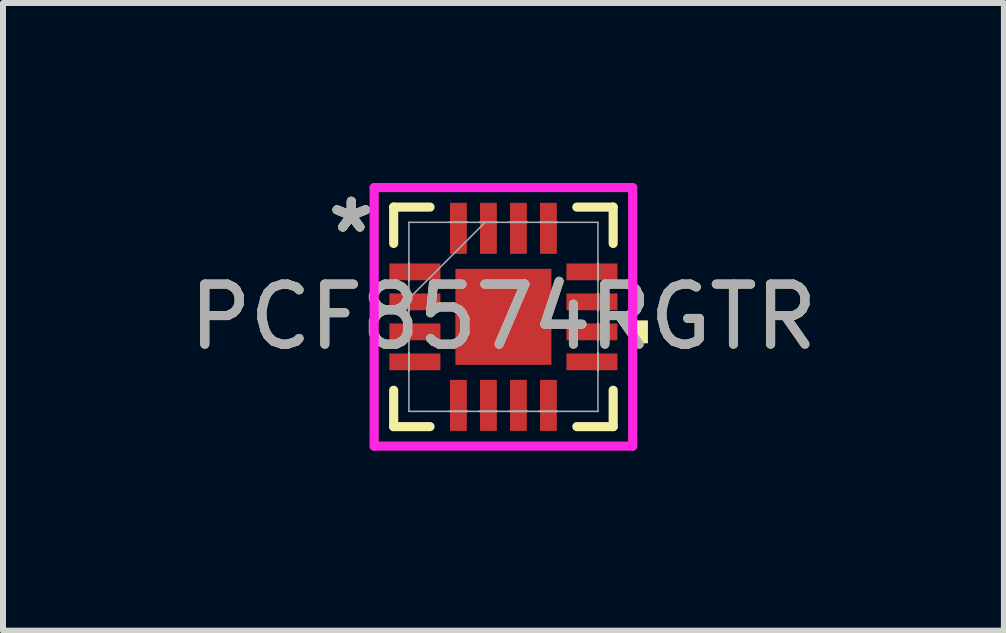
<source format=kicad_pcb>
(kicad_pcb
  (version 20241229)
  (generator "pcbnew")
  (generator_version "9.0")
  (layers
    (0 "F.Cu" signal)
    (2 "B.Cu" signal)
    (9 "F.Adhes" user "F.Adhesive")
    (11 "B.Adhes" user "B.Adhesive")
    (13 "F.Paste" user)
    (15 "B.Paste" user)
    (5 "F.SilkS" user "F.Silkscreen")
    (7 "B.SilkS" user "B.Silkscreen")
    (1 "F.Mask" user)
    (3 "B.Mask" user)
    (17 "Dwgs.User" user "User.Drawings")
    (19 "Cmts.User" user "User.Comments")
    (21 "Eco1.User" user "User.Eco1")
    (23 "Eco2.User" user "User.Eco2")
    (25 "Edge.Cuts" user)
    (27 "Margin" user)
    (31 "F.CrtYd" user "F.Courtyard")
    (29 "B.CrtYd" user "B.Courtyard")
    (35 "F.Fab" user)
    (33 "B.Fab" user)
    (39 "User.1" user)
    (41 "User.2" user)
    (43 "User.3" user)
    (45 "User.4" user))
  (footprint "PCF8574RGTR"
    (layer "F.Cu")
    (at 5.339 2.23)
    (property "Reference" "PCF8574RGTR" (at 0 0 0) (unlocked yes) (layer "F.SilkS") (effects (font (size 1 1) (thickness 0.15))))
    (attr smd)
    (fp_poly (pts (xy -1.97 -0.96) (xy -1.97 -0.54) (xy -0.98 -0.54) (xy -0.98 -0.96)) (stroke (width 0) (type solid)) (fill yes) (layer "F.Mask"))
    (fp_poly (pts (xy -1.97 -0.46) (xy -1.97 -0.04) (xy -0.98 -0.04) (xy -0.98 -0.46)) (stroke (width 0) (type solid)) (fill yes) (layer "F.Mask"))
    (fp_poly (pts (xy -1.97 0.04) (xy -1.97 0.46) (xy -0.98 0.46) (xy -0.98 0.04)) (stroke (width 0) (type solid)) (fill yes) (layer "F.Mask"))
    (fp_poly (pts (xy -1.97 0.54) (xy -1.97 0.96) (xy -0.98 0.96) (xy -0.98 0.54)) (stroke (width 0) (type solid)) (fill yes) (layer "F.Mask"))
    (fp_poly (pts (xy -0.96 -1.97) (xy -0.96 -0.98) (xy -0.541 -0.98) (xy -0.541 -1.97)) (stroke (width 0) (type solid)) (fill yes) (layer "F.Mask"))
    (fp_poly (pts (xy -0.96 0.98) (xy -0.96 1.97) (xy -0.541 1.97) (xy -0.541 0.98)) (stroke (width 0) (type solid)) (fill yes) (layer "F.Mask"))
    (fp_poly (pts (xy -0.864 -0.864) (xy -0.594 -0.864) (xy -0.594 0.864) (xy -0.864 0.864)) (stroke (width 0) (type solid)) (fill yes) (layer "F.Mask"))
    (fp_poly (pts (xy -0.864 -0.864) (xy 0.864 -0.864) (xy 0.864 -0.594) (xy -0.864 -0.594)) (stroke (width 0) (type solid)) (fill yes) (layer "F.Mask"))
    (fp_poly (pts (xy -0.864 -0.194) (xy 0.864 -0.194) (xy 0.864 0.194) (xy -0.864 0.194)) (stroke (width 0) (type solid)) (fill yes) (layer "F.Mask"))
    (fp_poly (pts (xy -0.864 0.594) (xy 0.864 0.594) (xy 0.864 0.864) (xy -0.864 0.864)) (stroke (width 0) (type solid)) (fill yes) (layer "F.Mask"))
    (fp_poly (pts (xy -0.46 -1.97) (xy -0.46 -0.98) (xy -0.04 -0.98) (xy -0.04 -1.97)) (stroke (width 0) (type solid)) (fill yes) (layer "F.Mask"))
    (fp_poly (pts (xy -0.46 0.98) (xy -0.46 1.97) (xy -0.04 1.97) (xy -0.04 0.98)) (stroke (width 0) (type solid)) (fill yes) (layer "F.Mask"))
    (fp_poly (pts (xy 0.04 -1.97) (xy 0.04 -0.98) (xy 0.46 -0.98) (xy 0.46 -1.97)) (stroke (width 0) (type solid)) (fill yes) (layer "F.Mask"))
    (fp_poly (pts (xy 0.04 0.98) (xy 0.04 1.97) (xy 0.46 1.97) (xy 0.46 0.98)) (stroke (width 0) (type solid)) (fill yes) (layer "F.Mask"))
    (fp_poly (pts (xy 0.194 -0.864) (xy -0.194 -0.864) (xy -0.194 0.864) (xy 0.194 0.864)) (stroke (width 0) (type solid)) (fill yes) (layer "F.Mask"))
    (fp_poly (pts (xy 0.541 -1.97) (xy 0.541 -0.98) (xy 0.96 -0.98) (xy 0.96 -1.97)) (stroke (width 0) (type solid)) (fill yes) (layer "F.Mask"))
    (fp_poly (pts (xy 0.541 0.98) (xy 0.541 1.97) (xy 0.96 1.97) (xy 0.96 0.98)) (stroke (width 0) (type solid)) (fill yes) (layer "F.Mask"))
    (fp_poly (pts (xy 0.594 -0.864) (xy 0.864 -0.864) (xy 0.864 0.864) (xy 0.594 0.864)) (stroke (width 0) (type solid)) (fill yes) (layer "F.Mask"))
    (fp_poly (pts (xy 0.98 -0.96) (xy 0.98 -0.54) (xy 1.97 -0.54) (xy 1.97 -0.96)) (stroke (width 0) (type solid)) (fill yes) (layer "F.Mask"))
    (fp_poly (pts (xy 0.98 -0.46) (xy 0.98 -0.04) (xy 1.97 -0.04) (xy 1.97 -0.46)) (stroke (width 0) (type solid)) (fill yes) (layer "F.Mask"))
    (fp_poly (pts (xy 0.98 0.04) (xy 0.98 0.46) (xy 1.97 0.46) (xy 1.97 0.04)) (stroke (width 0) (type solid)) (fill yes) (layer "F.Mask"))
    (fp_poly (pts (xy 0.98 0.54) (xy 0.98 0.96) (xy 1.97 0.96) (xy 1.97 0.54)) (stroke (width 0) (type solid)) (fill yes) (layer "F.Mask"))
    (fp_line (start -1.829 -1.829) (end -1.829 -1.223) (stroke (width 0.152) (type solid)) (layer "F.SilkS"))
    (fp_line (start -1.829 1.223) (end -1.829 1.829) (stroke (width 0.152) (type solid)) (layer "F.SilkS"))
    (fp_line (start -1.829 1.829) (end -1.223 1.829) (stroke (width 0.152) (type solid)) (layer "F.SilkS"))
    (fp_line (start -1.223 -1.829) (end -1.829 -1.829) (stroke (width 0.152) (type solid)) (layer "F.SilkS"))
    (fp_line (start 1.223 1.829) (end 1.829 1.829) (stroke (width 0.152) (type solid)) (layer "F.SilkS"))
    (fp_line (start 1.829 -1.829) (end 1.223 -1.829) (stroke (width 0.152) (type solid)) (layer "F.SilkS"))
    (fp_line (start 1.829 -1.223) (end 1.829 -1.829) (stroke (width 0.152) (type solid)) (layer "F.SilkS"))
    (fp_line (start 1.829 1.829) (end 1.829 1.223) (stroke (width 0.152) (type solid)) (layer "F.SilkS"))
    (fp_poly (pts (xy 2.408 0.059) (xy 2.408 0.441) (xy 2.154 0.441) (xy 2.154 0.059)) (stroke (width 0) (type solid)) (fill yes) (layer "F.SilkS"))
    (fp_poly (pts (xy -1.875 -0.865) (xy -1.875 -0.635) (xy -1.075 -0.635) (xy -1.075 -0.865)) (stroke (width 0) (type solid)) (fill yes) (layer "F.Paste"))
    (fp_poly (pts (xy -1.875 -0.365) (xy -1.875 -0.135) (xy -1.075 -0.135) (xy -1.075 -0.365)) (stroke (width 0) (type solid)) (fill yes) (layer "F.Paste"))
    (fp_poly (pts (xy -1.875 0.135) (xy -1.875 0.365) (xy -1.075 0.365) (xy -1.075 0.135)) (stroke (width 0) (type solid)) (fill yes) (layer "F.Paste"))
    (fp_poly (pts (xy -1.875 0.635) (xy -1.875 0.865) (xy -1.075 0.865) (xy -1.075 0.635)) (stroke (width 0) (type solid)) (fill yes) (layer "F.Paste"))
    (fp_poly (pts (xy -0.865 -1.875) (xy -0.865 -1.075) (xy -0.635 -1.075) (xy -0.635 -1.875)) (stroke (width 0) (type solid)) (fill yes) (layer "F.Paste"))
    (fp_poly (pts (xy -0.865 1.075) (xy -0.865 1.875) (xy -0.635 1.875) (xy -0.635 1.075)) (stroke (width 0) (type solid)) (fill yes) (layer "F.Paste"))
    (fp_poly (pts (xy -0.365 -1.875) (xy -0.365 -1.075) (xy -0.135 -1.075) (xy -0.135 -1.875)) (stroke (width 0) (type solid)) (fill yes) (layer "F.Paste"))
    (fp_poly (pts (xy -0.365 1.075) (xy -0.365 1.875) (xy -0.135 1.875) (xy -0.135 1.075)) (stroke (width 0) (type solid)) (fill yes) (layer "F.Paste"))
    (fp_poly (pts (xy 0.135 -1.875) (xy 0.135 -1.075) (xy 0.365 -1.075) (xy 0.365 -1.875)) (stroke (width 0) (type solid)) (fill yes) (layer "F.Paste"))
    (fp_poly (pts (xy 0.135 1.075) (xy 0.135 1.875) (xy 0.365 1.875) (xy 0.365 1.075)) (stroke (width 0) (type solid)) (fill yes) (layer "F.Paste"))
    (fp_poly (pts (xy 0.635 -1.875) (xy 0.635 -1.075) (xy 0.865 -1.075) (xy 0.865 -1.875)) (stroke (width 0) (type solid)) (fill yes) (layer "F.Paste"))
    (fp_poly (pts (xy 0.635 1.075) (xy 0.635 1.875) (xy 0.865 1.875) (xy 0.865 1.075)) (stroke (width 0) (type solid)) (fill yes) (layer "F.Paste"))
    (fp_poly (pts (xy 1.075 -0.865) (xy 1.075 -0.635) (xy 1.875 -0.635) (xy 1.875 -0.865)) (stroke (width 0) (type solid)) (fill yes) (layer "F.Paste"))
    (fp_poly (pts (xy 1.075 -0.365) (xy 1.075 -0.135) (xy 1.875 -0.135) (xy 1.875 -0.365)) (stroke (width 0) (type solid)) (fill yes) (layer "F.Paste"))
    (fp_poly (pts (xy 1.075 0.135) (xy 1.075 0.365) (xy 1.875 0.365) (xy 1.875 0.135)) (stroke (width 0) (type solid)) (fill yes) (layer "F.Paste"))
    (fp_poly (pts (xy 1.075 0.635) (xy 1.075 0.865) (xy 1.875 0.865) (xy 1.875 0.635)) (stroke (width 0) (type solid)) (fill yes) (layer "F.Paste"))
    (fp_poly (pts (xy -0.725 -0.725) (xy -0.725 -0.494) (xy -0.635 -0.494) (xy -0.494 -0.635) (xy -0.494 -0.725)) (stroke (width 0) (type solid)) (fill yes) (layer "F.Paste"))
    (fp_poly (pts (xy -0.725 0.494) (xy -0.725 0.725) (xy -0.494 0.725) (xy -0.494 0.635) (xy -0.635 0.494)) (stroke (width 0) (type solid)) (fill yes) (layer "F.Paste"))
    (fp_poly (pts (xy 0.494 -0.725) (xy 0.494 -0.635) (xy 0.635 -0.494) (xy 0.725 -0.494) (xy 0.725 -0.725)) (stroke (width 0) (type solid)) (fill yes) (layer "F.Paste"))
    (fp_poly (pts (xy 0.635 0.494) (xy 0.494 0.635) (xy 0.494 0.725) (xy 0.725 0.725) (xy 0.725 0.494)) (stroke (width 0) (type solid)) (fill yes) (layer "F.Paste"))
    (fp_poly (pts (xy -0.725 -0.294) (xy -0.725 0.294) (xy -0.635 0.294) (xy -0.494 0.152) (xy -0.494 -0.152) (xy -0.635 -0.294)) (stroke (width 0) (type solid)) (fill yes) (layer "F.Paste"))
    (fp_poly (pts (xy -0.294 -0.725) (xy -0.294 -0.635) (xy -0.152 -0.494) (xy 0.152 -0.494) (xy 0.294 -0.635) (xy 0.294 -0.725)) (stroke (width 0) (type solid)) (fill yes) (layer "F.Paste"))
    (fp_poly (pts (xy -0.152 0.494) (xy -0.294 0.635) (xy -0.294 0.725) (xy 0.294 0.725) (xy 0.294 0.635) (xy 0.152 0.494)) (stroke (width 0) (type solid)) (fill yes) (layer "F.Paste"))
    (fp_poly (pts (xy 0.635 -0.294) (xy 0.494 -0.152) (xy 0.494 0.152) (xy 0.635 0.294) (xy 0.725 0.294) (xy 0.725 -0.294)) (stroke (width 0) (type solid)) (fill yes) (layer "F.Paste"))
    (fp_poly (pts (xy -0.152 -0.294) (xy -0.294 -0.152) (xy -0.294 0.152) (xy -0.152 0.294) (xy 0.152 0.294) (xy 0.294 0.152) (xy 0.294 -0.152) (xy 0.152 -0.294)) (stroke (width 0) (type solid)) (fill yes) (layer "F.Paste"))
    (fp_line (start -2.154 -2.154) (end 2.154 -2.154) (stroke (width 0.152) (type solid)) (layer "F.CrtYd"))
    (fp_line (start -2.154 2.154) (end -2.154 -2.154) (stroke (width 0.152) (type solid)) (layer "F.CrtYd"))
    (fp_line (start 2.154 -2.154) (end 2.154 2.154) (stroke (width 0.152) (type solid)) (layer "F.CrtYd"))
    (fp_line (start 2.154 2.154) (end -2.154 2.154) (stroke (width 0.152) (type solid)) (layer "F.CrtYd"))
    (fp_line (start -1.575 -1.575) (end -1.575 1.575) (stroke (width 0.025) (type solid)) (layer "F.Fab"))
    (fp_line (start -1.575 -0.9) (end -1.575 -0.9) (stroke (width 0.025) (type solid)) (layer "F.Fab"))
    (fp_line (start -1.575 -0.9) (end -1.575 -0.6) (stroke (width 0.025) (type solid)) (layer "F.Fab"))
    (fp_line (start -1.575 -0.6) (end -1.575 -0.9) (stroke (width 0.025) (type solid)) (layer "F.Fab"))
    (fp_line (start -1.575 -0.6) (end -1.575 -0.6) (stroke (width 0.025) (type solid)) (layer "F.Fab"))
    (fp_line (start -1.575 -0.4) (end -1.575 -0.4) (stroke (width 0.025) (type solid)) (layer "F.Fab"))
    (fp_line (start -1.575 -0.4) (end -1.575 -0.1) (stroke (width 0.025) (type solid)) (layer "F.Fab"))
    (fp_line (start -1.575 -0.305) (end -0.305 -1.575) (stroke (width 0.025) (type solid)) (layer "F.Fab"))
    (fp_line (start -1.575 -0.1) (end -1.575 -0.4) (stroke (width 0.025) (type solid)) (layer "F.Fab"))
    (fp_line (start -1.575 -0.1) (end -1.575 -0.1) (stroke (width 0.025) (type solid)) (layer "F.Fab"))
    (fp_line (start -1.575 0.1) (end -1.575 0.1) (stroke (width 0.025) (type solid)) (layer "F.Fab"))
    (fp_line (start -1.575 0.1) (end -1.575 0.4) (stroke (width 0.025) (type solid)) (layer "F.Fab"))
    (fp_line (start -1.575 0.4) (end -1.575 0.1) (stroke (width 0.025) (type solid)) (layer "F.Fab"))
    (fp_line (start -1.575 0.4) (end -1.575 0.4) (stroke (width 0.025) (type solid)) (layer "F.Fab"))
    (fp_line (start -1.575 0.6) (end -1.575 0.6) (stroke (width 0.025) (type solid)) (layer "F.Fab"))
    (fp_line (start -1.575 0.6) (end -1.575 0.9) (stroke (width 0.025) (type solid)) (layer "F.Fab"))
    (fp_line (start -1.575 0.9) (end -1.575 0.6) (stroke (width 0.025) (type solid)) (layer "F.Fab"))
    (fp_line (start -1.575 0.9) (end -1.575 0.9) (stroke (width 0.025) (type solid)) (layer "F.Fab"))
    (fp_line (start -1.575 1.575) (end 1.575 1.575) (stroke (width 0.025) (type solid)) (layer "F.Fab"))
    (fp_line (start -0.9 -1.575) (end -0.9 -1.575) (stroke (width 0.025) (type solid)) (layer "F.Fab"))
    (fp_line (start -0.9 -1.575) (end -0.6 -1.575) (stroke (width 0.025) (type solid)) (layer "F.Fab"))
    (fp_line (start -0.9 1.575) (end -0.9 1.575) (stroke (width 0.025) (type solid)) (layer "F.Fab"))
    (fp_line (start -0.9 1.575) (end -0.6 1.575) (stroke (width 0.025) (type solid)) (layer "F.Fab"))
    (fp_line (start -0.6 -1.575) (end -0.9 -1.575) (stroke (width 0.025) (type solid)) (layer "F.Fab"))
    (fp_line (start -0.6 -1.575) (end -0.6 -1.575) (stroke (width 0.025) (type solid)) (layer "F.Fab"))
    (fp_line (start -0.6 1.575) (end -0.9 1.575) (stroke (width 0.025) (type solid)) (layer "F.Fab"))
    (fp_line (start -0.6 1.575) (end -0.6 1.575) (stroke (width 0.025) (type solid)) (layer "F.Fab"))
    (fp_line (start -0.4 -1.575) (end -0.4 -1.575) (stroke (width 0.025) (type solid)) (layer "F.Fab"))
    (fp_line (start -0.4 -1.575) (end -0.1 -1.575) (stroke (width 0.025) (type solid)) (layer "F.Fab"))
    (fp_line (start -0.4 1.575) (end -0.4 1.575) (stroke (width 0.025) (type solid)) (layer "F.Fab"))
    (fp_line (start -0.4 1.575) (end -0.1 1.575) (stroke (width 0.025) (type solid)) (layer "F.Fab"))
    (fp_line (start -0.1 -1.575) (end -0.4 -1.575) (stroke (width 0.025) (type solid)) (layer "F.Fab"))
    (fp_line (start -0.1 -1.575) (end -0.1 -1.575) (stroke (width 0.025) (type solid)) (layer "F.Fab"))
    (fp_line (start -0.1 1.575) (end -0.4 1.575) (stroke (width 0.025) (type solid)) (layer "F.Fab"))
    (fp_line (start -0.1 1.575) (end -0.1 1.575) (stroke (width 0.025) (type solid)) (layer "F.Fab"))
    (fp_line (start 0.1 -1.575) (end 0.1 -1.575) (stroke (width 0.025) (type solid)) (layer "F.Fab"))
    (fp_line (start 0.1 -1.575) (end 0.4 -1.575) (stroke (width 0.025) (type solid)) (layer "F.Fab"))
    (fp_line (start 0.1 1.575) (end 0.1 1.575) (stroke (width 0.025) (type solid)) (layer "F.Fab"))
    (fp_line (start 0.1 1.575) (end 0.4 1.575) (stroke (width 0.025) (type solid)) (layer "F.Fab"))
    (fp_line (start 0.4 -1.575) (end 0.1 -1.575) (stroke (width 0.025) (type solid)) (layer "F.Fab"))
    (fp_line (start 0.4 -1.575) (end 0.4 -1.575) (stroke (width 0.025) (type solid)) (layer "F.Fab"))
    (fp_line (start 0.4 1.575) (end 0.1 1.575) (stroke (width 0.025) (type solid)) (layer "F.Fab"))
    (fp_line (start 0.4 1.575) (end 0.4 1.575) (stroke (width 0.025) (type solid)) (layer "F.Fab"))
    (fp_line (start 0.6 -1.575) (end 0.6 -1.575) (stroke (width 0.025) (type solid)) (layer "F.Fab"))
    (fp_line (start 0.6 -1.575) (end 0.9 -1.575) (stroke (width 0.025) (type solid)) (layer "F.Fab"))
    (fp_line (start 0.6 1.575) (end 0.6 1.575) (stroke (width 0.025) (type solid)) (layer "F.Fab"))
    (fp_line (start 0.6 1.575) (end 0.9 1.575) (stroke (width 0.025) (type solid)) (layer "F.Fab"))
    (fp_line (start 0.9 -1.575) (end 0.6 -1.575) (stroke (width 0.025) (type solid)) (layer "F.Fab"))
    (fp_line (start 0.9 -1.575) (end 0.9 -1.575) (stroke (width 0.025) (type solid)) (layer "F.Fab"))
    (fp_line (start 0.9 1.575) (end 0.6 1.575) (stroke (width 0.025) (type solid)) (layer "F.Fab"))
    (fp_line (start 0.9 1.575) (end 0.9 1.575) (stroke (width 0.025) (type solid)) (layer "F.Fab"))
    (fp_line (start 1.575 -1.575) (end -1.575 -1.575) (stroke (width 0.025) (type solid)) (layer "F.Fab"))
    (fp_line (start 1.575 -0.9) (end 1.575 -0.9) (stroke (width 0.025) (type solid)) (layer "F.Fab"))
    (fp_line (start 1.575 -0.9) (end 1.575 -0.6) (stroke (width 0.025) (type solid)) (layer "F.Fab"))
    (fp_line (start 1.575 -0.6) (end 1.575 -0.9) (stroke (width 0.025) (type solid)) (layer "F.Fab"))
    (fp_line (start 1.575 -0.6) (end 1.575 -0.6) (stroke (width 0.025) (type solid)) (layer "F.Fab"))
    (fp_line (start 1.575 -0.4) (end 1.575 -0.4) (stroke (width 0.025) (type solid)) (layer "F.Fab"))
    (fp_line (start 1.575 -0.4) (end 1.575 -0.1) (stroke (width 0.025) (type solid)) (layer "F.Fab"))
    (fp_line (start 1.575 -0.1) (end 1.575 -0.4) (stroke (width 0.025) (type solid)) (layer "F.Fab"))
    (fp_line (start 1.575 -0.1) (end 1.575 -0.1) (stroke (width 0.025) (type solid)) (layer "F.Fab"))
    (fp_line (start 1.575 0.1) (end 1.575 0.1) (stroke (width 0.025) (type solid)) (layer "F.Fab"))
    (fp_line (start 1.575 0.1) (end 1.575 0.4) (stroke (width 0.025) (type solid)) (layer "F.Fab"))
    (fp_line (start 1.575 0.4) (end 1.575 0.1) (stroke (width 0.025) (type solid)) (layer "F.Fab"))
    (fp_line (start 1.575 0.4) (end 1.575 0.4) (stroke (width 0.025) (type solid)) (layer "F.Fab"))
    (fp_line (start 1.575 0.6) (end 1.575 0.6) (stroke (width 0.025) (type solid)) (layer "F.Fab"))
    (fp_line (start 1.575 0.6) (end 1.575 0.9) (stroke (width 0.025) (type solid)) (layer "F.Fab"))
    (fp_line (start 1.575 0.9) (end 1.575 0.6) (stroke (width 0.025) (type solid)) (layer "F.Fab"))
    (fp_line (start 1.575 0.9) (end 1.575 0.9) (stroke (width 0.025) (type solid)) (layer "F.Fab"))
    (fp_line (start 1.575 1.575) (end 1.575 -1.575) (stroke (width 0.025) (type solid)) (layer "F.Fab"))
    (fp_text user "*" (at -2.535 -1.381 0) (layer "F.SilkS") (effects (font (size 1 1) (thickness 0.15))))
    (fp_text user "*" (at -2.535 -1.381 0) (unlocked yes) (layer "F.SilkS") (effects (font (size 1 1) (thickness 0.15))))
    (fp_text user "${REFERENCE}" (at 0 0 0) (unlocked yes) (layer "F.Fab") (effects (font (size 1 1) (thickness 0.15))))
    (fp_text user "*" (at -2.535 -1.381 0) (unlocked yes) (layer "F.Fab") (effects (font (size 1 1) (thickness 0.15))))
    (fp_text user "*" (at -2.535 -1.381 0) (layer "F.Fab") (effects (font (size 1 1) (thickness 0.15))))
    (pad "1" smd rect (at -1.475 -0.75 90) (size 0.28 0.85) (layers "F.Cu" "F.Mask"))
    (pad "2" smd rect (at -1.475 -0.25 90) (size 0.28 0.85) (layers "F.Cu" "F.Mask"))
    (pad "3" smd rect (at -1.475 0.25 90) (size 0.28 0.85) (layers "F.Cu" "F.Mask"))
    (pad "4" smd rect (at -1.475 0.75 90) (size 0.28 0.85) (layers "F.Cu" "F.Mask"))
    (pad "5" smd rect (at -0.75 1.475) (size 0.28 0.85) (layers "F.Cu" "F.Mask"))
    (pad "6" smd rect (at -0.25 1.475) (size 0.28 0.85) (layers "F.Cu" "F.Mask"))
    (pad "7" smd rect (at 0.25 1.475) (size 0.28 0.85) (layers "F.Cu" "F.Mask"))
    (pad "8" smd rect (at 0.75 1.475) (size 0.28 0.85) (layers "F.Cu" "F.Mask"))
    (pad "9" smd rect (at 1.475 0.75 90) (size 0.28 0.85) (layers "F.Cu" "F.Mask"))
    (pad "10" smd rect (at 1.475 0.25 90) (size 0.28 0.85) (layers "F.Cu" "F.Mask"))
    (pad "11" smd rect (at 1.475 -0.25 90) (size 0.28 0.85) (layers "F.Cu" "F.Mask"))
    (pad "12" smd rect (at 1.475 -0.75 90) (size 0.28 0.85) (layers "F.Cu" "F.Mask"))
    (pad "13" smd rect (at 0.75 -1.475) (size 0.28 0.85) (layers "F.Cu" "F.Mask"))
    (pad "14" smd rect (at 0.25 -1.475) (size 0.28 0.85) (layers "F.Cu" "F.Mask"))
    (pad "15" smd rect (at -0.25 -1.475) (size 0.28 0.85) (layers "F.Cu" "F.Mask"))
    (pad "16" smd rect (at -0.75 -1.475) (size 0.28 0.85) (layers "F.Cu" "F.Mask"))
    (pad "17" smd rect (at 0 0) (size 1.6 1.6) (layers "F.Cu")))
  (gr_rect
    (start -3 -3)
    (end 13.679 7.46)
    (stroke (width 0.1) (type default))
    (fill no)
    (layer "Edge.Cuts")))
</source>
